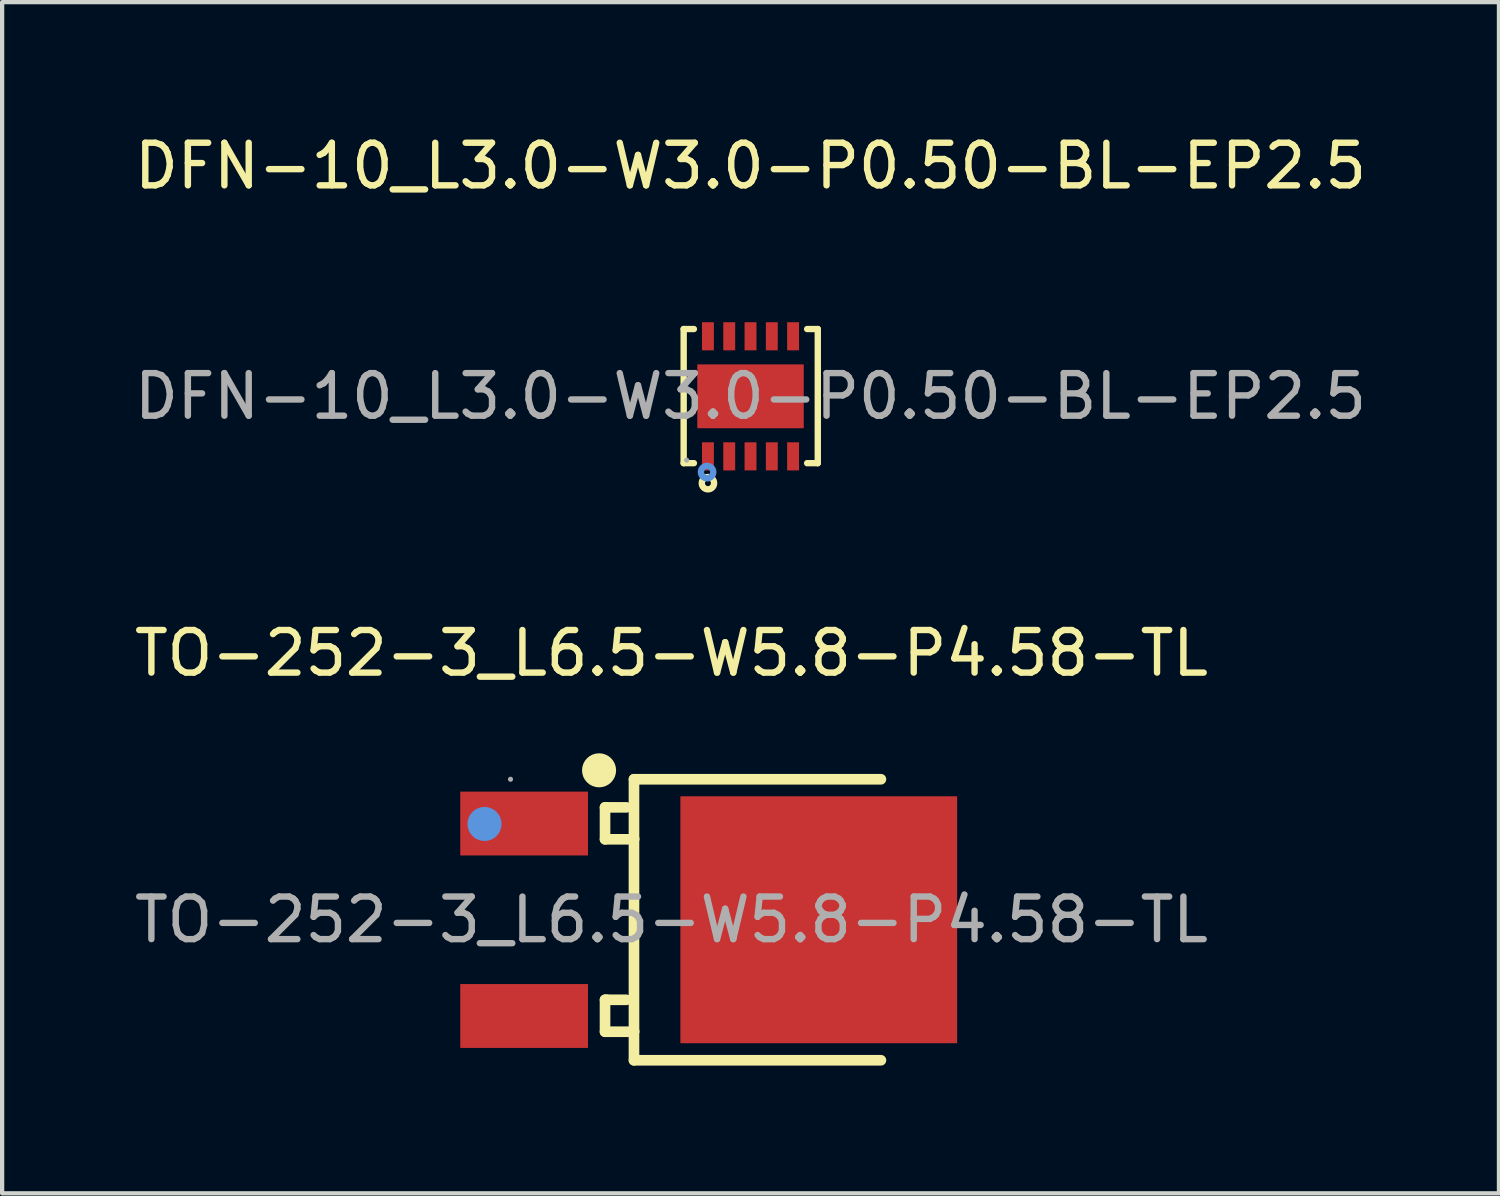
<source format=kicad_pcb>
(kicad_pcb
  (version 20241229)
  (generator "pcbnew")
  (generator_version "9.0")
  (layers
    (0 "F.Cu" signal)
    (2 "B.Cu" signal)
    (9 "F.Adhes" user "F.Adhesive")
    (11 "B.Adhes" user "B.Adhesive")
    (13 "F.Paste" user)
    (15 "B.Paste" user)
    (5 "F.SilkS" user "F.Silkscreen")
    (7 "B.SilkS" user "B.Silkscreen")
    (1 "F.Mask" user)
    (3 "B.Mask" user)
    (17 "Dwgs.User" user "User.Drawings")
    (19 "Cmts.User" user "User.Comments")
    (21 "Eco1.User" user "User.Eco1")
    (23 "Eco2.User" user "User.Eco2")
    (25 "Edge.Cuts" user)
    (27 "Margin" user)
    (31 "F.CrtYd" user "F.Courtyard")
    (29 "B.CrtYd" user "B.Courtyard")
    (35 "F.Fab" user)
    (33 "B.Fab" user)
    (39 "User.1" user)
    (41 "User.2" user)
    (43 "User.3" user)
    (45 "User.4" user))
  (footprint "DFN-10_L3.0-W3.0-P0.50-BL-EP2.5"
    (layer "F.Cu")
    (at 14.577 6.258)
    (property "Reference" "DFN-10_L3.0-W3.0-P0.50-BL-EP2.5" (at 0 -5.41 0) (layer "F.SilkS") (effects (font (size 1 1) (thickness 0.15))))
    (attr smd)
    (fp_line (start -1.57 -1.58) (end -1.33 -1.58) (stroke (width 0.15) (type solid)) (layer "F.SilkS"))
    (fp_line (start -1.57 1.57) (end -1.57 -1.58) (stroke (width 0.15) (type solid)) (layer "F.SilkS"))
    (fp_line (start -1.33 1.57) (end -1.57 1.57) (stroke (width 0.15) (type solid)) (layer "F.SilkS"))
    (fp_line (start 1.33 1.57) (end 1.58 1.57) (stroke (width 0.15) (type solid)) (layer "F.SilkS"))
    (fp_line (start 1.58 -1.58) (end 1.33 -1.58) (stroke (width 0.15) (type solid)) (layer "F.SilkS"))
    (fp_line (start 1.58 1.57) (end 1.58 -1.58) (stroke (width 0.15) (type solid)) (layer "F.SilkS"))
    (fp_circle (center -1 2.04) (end -0.93 2.04) (stroke (width 0.15) (type solid)) (fill no) (layer "F.SilkS"))
    (fp_circle (center -1.02 1.78) (end -0.95 1.78) (stroke (width 0.15) (type solid)) (fill no) (layer "Cmts.User"))
    (fp_circle (center -1.5 1.5) (end -1.47 1.5) (stroke (width 0.06) (type solid)) (fill no) (layer "F.Fab"))
    (fp_text user "${REFERENCE}" (at 0 0 0) (layer "F.Fab") (effects (font (size 1 1) (thickness 0.15))))
    (pad "1" smd rect (at -1 1.41) (size 0.28 0.66) (layers "F.Cu" "F.Mask" "F.Paste"))
    (pad "2" smd rect (at -0.5 1.41) (size 0.28 0.66) (layers "F.Cu" "F.Mask" "F.Paste"))
    (pad "3" smd rect (at 0 1.41) (size 0.28 0.66) (layers "F.Cu" "F.Mask" "F.Paste"))
    (pad "4" smd rect (at 0.5 1.41) (size 0.28 0.66) (layers "F.Cu" "F.Mask" "F.Paste"))
    (pad "5" smd rect (at 1 1.41) (size 0.28 0.66) (layers "F.Cu" "F.Mask" "F.Paste"))
    (pad "6" smd rect (at 1 -1.41) (size 0.28 0.66) (layers "F.Cu" "F.Mask" "F.Paste"))
    (pad "7" smd rect (at 0.5 -1.41) (size 0.28 0.66) (layers "F.Cu" "F.Mask" "F.Paste"))
    (pad "8" smd rect (at 0 -1.41) (size 0.28 0.66) (layers "F.Cu" "F.Mask" "F.Paste"))
    (pad "9" smd rect (at -0.5 -1.41) (size 0.28 0.66) (layers "F.Cu" "F.Mask" "F.Paste"))
    (pad "10" smd rect (at -1 -1.41) (size 0.28 0.66) (layers "F.Cu" "F.Mask" "F.Paste"))
    (pad "11" smd rect (at 0 0) (size 2.5 1.5) (layers "F.Cu" "F.Mask" "F.Paste")))
  (footprint "TO-252-3_L6.5-W5.8-P4.58-TL"
    (layer "F.Cu")
    (at 12.72 18.552)
    (property "Reference" "TO-252-3_L6.5-W5.8-P4.58-TL" (at 0 -6.26 0) (layer "F.SilkS") (effects (font (size 1 1) (thickness 0.15))))
    (attr smd)
    (fp_line (start -1.56 -2.64) (end -1.56 -1.89) (stroke (width 0.25) (type solid)) (layer "F.SilkS"))
    (fp_line (start -1.56 -1.89) (end -0.88 -1.89) (stroke (width 0.25) (type solid)) (layer "F.SilkS"))
    (fp_line (start -1.56 1.88) (end -1.56 2.63) (stroke (width 0.25) (type solid)) (layer "F.SilkS"))
    (fp_line (start -1.56 2.63) (end -0.88 2.63) (stroke (width 0.25) (type solid)) (layer "F.SilkS"))
    (fp_line (start -1.52 -2.64) (end -1.56 -2.64) (stroke (width 0.25) (type solid)) (layer "F.SilkS"))
    (fp_line (start -1.52 1.88) (end -1.56 1.88) (stroke (width 0.25) (type solid)) (layer "F.SilkS"))
    (fp_line (start -1.06 -2.64) (end -1.52 -2.64) (stroke (width 0.25) (type solid)) (layer "F.SilkS"))
    (fp_line (start -1.06 1.88) (end -1.52 1.88) (stroke (width 0.25) (type solid)) (layer "F.SilkS"))
    (fp_line (start -0.88 -3.3) (end -0.88 3.3) (stroke (width 0.25) (type solid)) (layer "F.SilkS"))
    (fp_line (start -0.88 -1.89) (end -0.88 -1.91) (stroke (width 0.25) (type solid)) (layer "F.SilkS"))
    (fp_line (start -0.88 2.63) (end -0.88 2.61) (stroke (width 0.25) (type solid)) (layer "F.SilkS"))
    (fp_line (start -0.88 3.3) (end 4.92 3.3) (stroke (width 0.25) (type solid)) (layer "F.SilkS"))
    (fp_line (start 4.92 -3.3) (end -0.88 -3.3) (stroke (width 0.25) (type solid)) (layer "F.SilkS"))
    (fp_arc (start -1.7 -3.51) (mid -1.7 -3.51) (end -1.7 -3.51) (stroke (width 0.4) (type solid)) (layer "F.SilkS"))
    (fp_circle (center -4.39 -2.25) (end -4.19 -2.25) (stroke (width 0.4) (type solid)) (fill no) (layer "Cmts.User"))
    (fp_circle (center -3.78 -3.3) (end -3.75 -3.3) (stroke (width 0.06) (type solid)) (fill no) (layer "F.Fab"))
    (fp_text user "${REFERENCE}" (at 0 0 0) (layer "F.Fab") (effects (font (size 1 1) (thickness 0.15))))
    (pad "1" smd rect (at -3.46 -2.26) (size 3 1.5) (layers "F.Cu" "F.Mask" "F.Paste"))
    (pad "2" smd rect (at 3.46 0) (size 6.5 5.8) (layers "F.Cu" "F.Mask" "F.Paste"))
    (pad "3" smd rect (at -3.46 2.26) (size 3 1.5) (layers "F.Cu" "F.Mask" "F.Paste")))
  (gr_rect
    (start -3 -3)
    (end 32.155 24.977)
    (stroke (width 0.1) (type default))
    (fill no)
    (layer "Edge.Cuts")))
</source>
